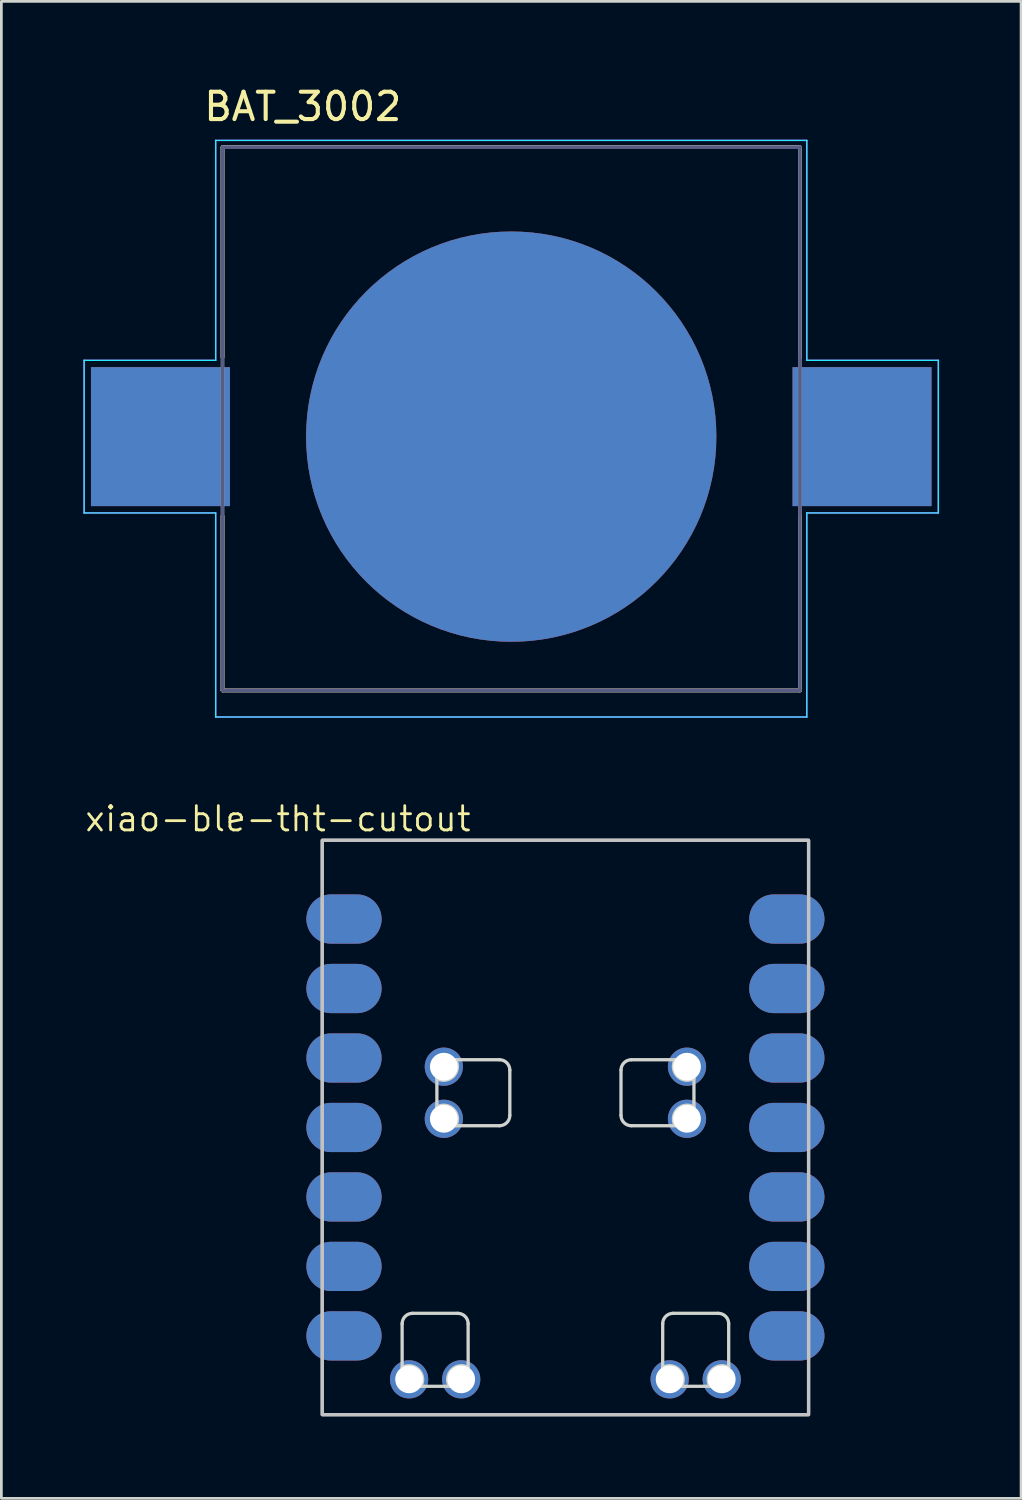
<source format=kicad_pcb>
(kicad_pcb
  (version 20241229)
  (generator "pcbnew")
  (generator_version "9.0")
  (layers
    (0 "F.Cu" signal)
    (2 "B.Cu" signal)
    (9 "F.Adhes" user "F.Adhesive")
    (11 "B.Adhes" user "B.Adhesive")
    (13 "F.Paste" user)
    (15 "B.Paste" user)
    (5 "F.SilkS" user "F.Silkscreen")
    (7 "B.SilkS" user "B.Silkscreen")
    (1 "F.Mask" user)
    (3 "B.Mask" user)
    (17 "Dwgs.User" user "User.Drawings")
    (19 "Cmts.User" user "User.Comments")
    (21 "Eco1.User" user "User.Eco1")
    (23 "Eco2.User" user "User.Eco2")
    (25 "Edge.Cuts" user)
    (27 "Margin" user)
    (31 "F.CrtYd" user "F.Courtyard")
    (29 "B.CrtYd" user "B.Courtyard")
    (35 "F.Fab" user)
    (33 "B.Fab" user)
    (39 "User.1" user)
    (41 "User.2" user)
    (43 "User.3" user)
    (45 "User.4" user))
  (footprint "xiao-ble-tht-cutout"
    (layer "F.Cu")
    (at 26.511 38.169)
    (property "Reference" "xiao-ble-tht-cutout" (at -19.399 -11.283 0) (layer "F.SilkS") (effects (font (size 0.889 0.889) (thickness 0.102))))
    (attr smd exclude_from_pos_files)
    (fp_rect (start -17.78 10.5) (end 0 -10.5) (stroke (width 0.12) (type solid)) (fill no) (layer "Dwgs.User"))
    (fp_rect (start 0 10.5) (end -17.78 -10.5) (stroke (width 0.12) (type solid)) (fill no) (layer "Dwgs.User"))
    (fp_line (start -14.86 7.176) (end -14.859 8.776) (stroke (width 0.12) (type solid)) (layer "Edge.Cuts"))
    (fp_line (start -14.173 9.462) (end -13.132 9.462) (stroke (width 0.12) (type solid)) (layer "Edge.Cuts"))
    (fp_line (start -13.589 -0.749) (end -13.589 -1.79) (stroke (width 0.12) (type solid)) (layer "Edge.Cuts"))
    (fp_line (start -12.903 -2.476) (end -11.303 -2.476) (stroke (width 0.12) (type solid)) (layer "Edge.Cuts"))
    (fp_line (start -12.828 6.795) (end -14.479 6.795) (stroke (width 0.12) (type solid)) (layer "Edge.Cuts"))
    (fp_line (start -12.446 8.776) (end -12.447 7.176) (stroke (width 0.12) (type solid)) (layer "Edge.Cuts"))
    (fp_line (start -11.303 -0.063) (end -12.903 -0.063) (stroke (width 0.12) (type solid)) (layer "Edge.Cuts"))
    (fp_line (start -10.922 -2.095) (end -10.922 -0.444) (stroke (width 0.12) (type solid)) (layer "Edge.Cuts"))
    (fp_line (start -6.858 -2.095) (end -6.858 -0.444) (stroke (width 0.12) (type solid)) (layer "Edge.Cuts"))
    (fp_line (start -6.477 -0.063) (end -4.877 -0.063) (stroke (width 0.12) (type solid)) (layer "Edge.Cuts"))
    (fp_line (start -5.334 8.776) (end -5.333 7.176) (stroke (width 0.12) (type solid)) (layer "Edge.Cuts"))
    (fp_line (start -4.952 6.795) (end -3.301 6.795) (stroke (width 0.12) (type solid)) (layer "Edge.Cuts"))
    (fp_line (start -4.877 -2.476) (end -6.477 -2.476) (stroke (width 0.12) (type solid)) (layer "Edge.Cuts"))
    (fp_line (start -4.191 -0.749) (end -4.191 -1.79) (stroke (width 0.12) (type solid)) (layer "Edge.Cuts"))
    (fp_line (start -3.607 9.462) (end -4.648 9.462) (stroke (width 0.12) (type solid)) (layer "Edge.Cuts"))
    (fp_line (start -2.921 7.176) (end -2.921 8.776) (stroke (width 0.12) (type solid)) (layer "Edge.Cuts"))
    (fp_arc (start -14.8595 7.176) (mid -14.747908 6.906592) (end -14.4785 6.795) (stroke (width 0.12) (type solid)) (layer "Edge.Cuts"))
    (fp_arc (start -14.859 8.7762) (mid -14.255393 8.858393) (end -14.1732 9.462) (stroke (width 0.12) (type solid)) (layer "Edge.Cuts"))
    (fp_arc (start -13.589 -0.7488) (mid -12.985391 -0.666609) (end -12.9032 -0.063) (stroke (width 0.12) (type solid)) (layer "Edge.Cuts"))
    (fp_arc (start -13.1318 9.462) (mid -13.049607 8.858393) (end -12.446 8.7762) (stroke (width 0.12) (type solid)) (layer "Edge.Cuts"))
    (fp_arc (start -12.9032 -2.476) (mid -12.985391 -1.872391) (end -13.589 -1.7902) (stroke (width 0.12) (type solid)) (layer "Edge.Cuts"))
    (fp_arc (start -12.8275 6.795) (mid -12.558092 6.906592) (end -12.4465 7.176) (stroke (width 0.12) (type solid)) (layer "Edge.Cuts"))
    (fp_arc (start -11.303 -2.476) (mid -11.033592 -2.364408) (end -10.922 -2.095) (stroke (width 0.12) (type solid)) (layer "Edge.Cuts"))
    (fp_arc (start -10.922 -0.444) (mid -11.033592 -0.174592) (end -11.303 -0.063) (stroke (width 0.12) (type solid)) (layer "Edge.Cuts"))
    (fp_arc (start -6.858 -2.095) (mid -6.746408 -2.364408) (end -6.477 -2.476) (stroke (width 0.12) (type solid)) (layer "Edge.Cuts"))
    (fp_arc (start -6.477 -0.063) (mid -6.746408 -0.174592) (end -6.858 -0.444) (stroke (width 0.12) (type solid)) (layer "Edge.Cuts"))
    (fp_arc (start -5.334 8.7762) (mid -4.730393 8.858393) (end -4.6482 9.462) (stroke (width 0.12) (type solid)) (layer "Edge.Cuts"))
    (fp_arc (start -5.3335 7.176) (mid -5.221908 6.906592) (end -4.9525 6.795) (stroke (width 0.12) (type solid)) (layer "Edge.Cuts"))
    (fp_arc (start -4.8768 -0.063) (mid -4.794609 -0.666609) (end -4.191 -0.7488) (stroke (width 0.12) (type solid)) (layer "Edge.Cuts"))
    (fp_arc (start -4.191 -1.7902) (mid -4.794609 -1.872391) (end -4.8768 -2.476) (stroke (width 0.12) (type solid)) (layer "Edge.Cuts"))
    (fp_arc (start -3.6068 9.462) (mid -3.524607 8.858393) (end -2.921 8.7762) (stroke (width 0.12) (type solid)) (layer "Edge.Cuts"))
    (fp_arc (start -3.3015 6.795) (mid -3.032092 6.906592) (end -2.9205 7.176) (stroke (width 0.12) (type solid)) (layer "Edge.Cuts"))
    (pad "1" smd oval (at -17.46 -7.62 180) (size 2.75 1.8) (drill (offset -0.475 0)) (layers "F.Cu" "F.Mask" "F.Paste"))
    (pad "1" smd oval (at -0.32 -7.62 180) (size 2.75 1.8) (drill (offset 0.475 0)) (layers "B.Cu" "B.Mask" "B.Paste"))
    (pad "2" smd oval (at -17.46 -5.08 180) (size 2.75 1.8) (drill (offset -0.475 0)) (layers "F.Cu" "F.Mask" "F.Paste"))
    (pad "2" smd oval (at -0.32 -5.08 180) (size 2.75 1.8) (drill (offset 0.475 0)) (layers "B.Cu" "B.Mask" "B.Paste"))
    (pad "3" smd oval (at -17.46 -2.54 180) (size 2.75 1.8) (drill (offset -0.475 0)) (layers "F.Cu" "F.Mask" "F.Paste"))
    (pad "3" smd oval (at -0.32 -2.54 180) (size 2.75 1.8) (drill (offset 0.475 0)) (layers "B.Cu" "B.Mask" "B.Paste"))
    (pad "4" smd oval (at -17.46 0 180) (size 2.75 1.8) (drill (offset -0.475 0)) (layers "F.Cu" "F.Mask" "F.Paste"))
    (pad "4" smd oval (at -0.32 0 180) (size 2.75 1.8) (drill (offset 0.475 0)) (layers "B.Cu" "B.Mask" "B.Paste"))
    (pad "5" smd oval (at -17.46 2.54 180) (size 2.75 1.8) (drill (offset -0.475 0)) (layers "F.Cu" "F.Mask" "F.Paste"))
    (pad "5" smd oval (at -0.32 2.54 180) (size 2.75 1.8) (drill (offset 0.475 0)) (layers "B.Cu" "B.Mask" "B.Paste"))
    (pad "6" smd oval (at -17.46 5.08 180) (size 2.75 1.8) (drill (offset -0.475 0)) (layers "F.Cu" "F.Mask" "F.Paste"))
    (pad "6" smd oval (at -0.32 5.08 180) (size 2.75 1.8) (drill (offset 0.475 0)) (layers "B.Cu" "B.Mask" "B.Paste"))
    (pad "7" smd oval (at -17.46 7.62 180) (size 2.75 1.8) (drill (offset -0.475 0)) (layers "F.Cu" "F.Mask" "F.Paste"))
    (pad "7" smd oval (at -0.32 7.62 180) (size 2.75 1.8) (drill (offset 0.475 0)) (layers "B.Cu" "B.Mask" "B.Paste"))
    (pad "8" smd oval (at -17.46 7.62) (size 2.75 1.8) (drill (offset 0.475 0)) (layers "B.Cu" "B.Mask" "B.Paste"))
    (pad "8" smd oval (at -0.32 7.62) (size 2.75 1.8) (drill (offset -0.475 0)) (layers "F.Cu" "F.Mask" "F.Paste"))
    (pad "9" smd oval (at -17.46 5.08) (size 2.75 1.8) (drill (offset 0.475 0)) (layers "B.Cu" "B.Mask" "B.Paste"))
    (pad "9" smd oval (at -0.32 5.08) (size 2.75 1.8) (drill (offset -0.475 0)) (layers "F.Cu" "F.Mask" "F.Paste"))
    (pad "10" smd oval (at -17.46 2.54) (size 2.75 1.8) (drill (offset 0.475 0)) (layers "B.Cu" "B.Mask" "B.Paste"))
    (pad "10" smd oval (at -0.32 2.54) (size 2.75 1.8) (drill (offset -0.475 0)) (layers "F.Cu" "F.Mask" "F.Paste"))
    (pad "11" smd oval (at -17.46 0) (size 2.75 1.8) (drill (offset 0.475 0)) (layers "B.Cu" "B.Mask" "B.Paste"))
    (pad "11" smd oval (at -0.32 0) (size 2.75 1.8) (drill (offset -0.475 0)) (layers "F.Cu" "F.Mask" "F.Paste"))
    (pad "12" smd oval (at -17.46 -2.54) (size 2.75 1.8) (drill (offset 0.475 0)) (layers "B.Cu" "B.Mask" "B.Paste"))
    (pad "12" smd oval (at -0.32 -2.54) (size 2.75 1.8) (drill (offset -0.475 0)) (layers "F.Cu" "F.Mask" "F.Paste"))
    (pad "13" smd oval (at -17.46 -5.08) (size 2.75 1.8) (drill (offset 0.475 0)) (layers "B.Cu" "B.Mask" "B.Paste"))
    (pad "13" smd oval (at -0.32 -5.08) (size 2.75 1.8) (drill (offset -0.475 0)) (layers "F.Cu" "F.Mask" "F.Paste"))
    (pad "14" smd oval (at -17.46 -7.62) (size 2.75 1.8) (drill (offset 0.475 0)) (layers "B.Cu" "B.Mask" "B.Paste"))
    (pad "14" smd oval (at -0.32 -7.62) (size 2.75 1.8) (drill (offset -0.475 0)) (layers "F.Cu" "F.Mask" "F.Paste"))
    (pad "19" thru_hole circle (at -13.335 -0.317 180) (size 1.397 1.397) (drill 1.016) (layers "*.Cu" "*.Mask"))
    (pad "19" thru_hole circle (at -4.445 -0.317 180) (size 1.397 1.397) (drill 1.016) (layers "*.Cu" "*.Mask"))
    (pad "20" thru_hole circle (at -13.335 -2.222 180) (size 1.397 1.397) (drill 1.016) (layers "*.Cu" "*.Mask"))
    (pad "20" thru_hole circle (at -4.445 -2.222 180) (size 1.397 1.397) (drill 1.016) (layers "*.Cu" "*.Mask"))
    (pad "21" thru_hole circle (at -12.7 9.208 180) (size 1.397 1.397) (drill 1.016) (layers "*.Cu" "*.Mask"))
    (pad "21" thru_hole circle (at -5.08 9.208 180) (size 1.397 1.397) (drill 1.016) (layers "*.Cu" "*.Mask"))
    (pad "22" thru_hole circle (at -14.605 9.208 180) (size 1.397 1.397) (drill 1.016) (layers "*.Cu" "*.Mask"))
    (pad "22" thru_hole circle (at -3.175 9.208 180) (size 1.397 1.397) (drill 1.016) (layers "*.Cu" "*.Mask")))
  (footprint "BAT_3002"
    (layer "F.Cu")
    (at 15.64 12.913)
    (property "Reference" "BAT_3002" (at -7.62 -12.065 0) (layer "F.SilkS") (effects (font (size 1 1) (thickness 0.15))))
    (attr smd)
    (fp_line (start -10.555 -10.58) (end 10.555 -10.58) (stroke (width 0.127) (type solid)) (layer "F.SilkS"))
    (fp_line (start -10.555 -2.9) (end -10.555 -10.58) (stroke (width 0.127) (type solid)) (layer "F.SilkS"))
    (fp_line (start -10.555 9.28) (end -10.555 2.9) (stroke (width 0.127) (type solid)) (layer "F.SilkS"))
    (fp_line (start 10.555 -10.58) (end 10.555 -2.9) (stroke (width 0.127) (type solid)) (layer "F.SilkS"))
    (fp_line (start 10.555 9.28) (end -10.555 9.28) (stroke (width 0.127) (type solid)) (layer "F.SilkS"))
    (fp_line (start 10.555 9.28) (end 10.555 2.9) (stroke (width 0.127) (type solid)) (layer "F.SilkS"))
    (fp_line (start -10.555 -10.58) (end 10.555 -10.58) (stroke (width 0.127) (type solid)) (layer "B.SilkS"))
    (fp_line (start -10.555 -2.9) (end -10.555 -10.58) (stroke (width 0.127) (type solid)) (layer "B.SilkS"))
    (fp_line (start -10.555 9.28) (end -10.555 2.9) (stroke (width 0.127) (type solid)) (layer "B.SilkS"))
    (fp_line (start 10.555 -10.58) (end 10.555 -2.9) (stroke (width 0.127) (type solid)) (layer "B.SilkS"))
    (fp_line (start 10.555 9.28) (end -10.555 9.28) (stroke (width 0.127) (type solid)) (layer "B.SilkS"))
    (fp_line (start 10.555 9.28) (end 10.555 2.9) (stroke (width 0.127) (type solid)) (layer "B.SilkS"))
    (fp_line (start -15.615 -2.79) (end -15.615 2.79) (stroke (width 0.05) (type solid)) (layer "B.CrtYd"))
    (fp_line (start -15.615 2.79) (end -10.805 2.79) (stroke (width 0.05) (type solid)) (layer "B.CrtYd"))
    (fp_line (start -10.805 -10.83) (end -10.805 -2.79) (stroke (width 0.05) (type solid)) (layer "B.CrtYd"))
    (fp_line (start -10.805 -2.79) (end -15.615 -2.79) (stroke (width 0.05) (type solid)) (layer "B.CrtYd"))
    (fp_line (start -10.805 2.79) (end -10.805 10.25) (stroke (width 0.05) (type solid)) (layer "B.CrtYd"))
    (fp_line (start -10.805 10.25) (end 10.805 10.25) (stroke (width 0.05) (type solid)) (layer "B.CrtYd"))
    (fp_line (start 10.805 -10.83) (end -10.805 -10.83) (stroke (width 0.05) (type solid)) (layer "B.CrtYd"))
    (fp_line (start 10.805 -2.79) (end 10.805 -10.83) (stroke (width 0.05) (type solid)) (layer "B.CrtYd"))
    (fp_line (start 10.805 -2.79) (end 15.615 -2.79) (stroke (width 0.05) (type solid)) (layer "B.CrtYd"))
    (fp_line (start 10.805 10.25) (end 10.805 2.79) (stroke (width 0.05) (type solid)) (layer "B.CrtYd"))
    (fp_line (start 15.615 -2.79) (end 15.615 2.79) (stroke (width 0.05) (type solid)) (layer "B.CrtYd"))
    (fp_line (start 15.615 2.79) (end 10.805 2.79) (stroke (width 0.05) (type solid)) (layer "B.CrtYd"))
    (fp_line (start -15.615 -2.79) (end -15.615 2.79) (stroke (width 0.05) (type solid)) (layer "F.CrtYd"))
    (fp_line (start -15.615 2.79) (end -10.805 2.79) (stroke (width 0.05) (type solid)) (layer "F.CrtYd"))
    (fp_line (start -10.805 -10.83) (end -10.805 -2.79) (stroke (width 0.05) (type solid)) (layer "F.CrtYd"))
    (fp_line (start -10.805 -2.79) (end -15.615 -2.79) (stroke (width 0.05) (type solid)) (layer "F.CrtYd"))
    (fp_line (start -10.805 2.79) (end -10.805 10.25) (stroke (width 0.05) (type solid)) (layer "F.CrtYd"))
    (fp_line (start -10.805 10.25) (end 10.805 10.25) (stroke (width 0.05) (type solid)) (layer "F.CrtYd"))
    (fp_line (start 10.805 -10.83) (end -10.805 -10.83) (stroke (width 0.05) (type solid)) (layer "F.CrtYd"))
    (fp_line (start 10.805 -2.79) (end 10.805 -10.83) (stroke (width 0.05) (type solid)) (layer "F.CrtYd"))
    (fp_line (start 10.805 -2.79) (end 15.615 -2.79) (stroke (width 0.05) (type solid)) (layer "F.CrtYd"))
    (fp_line (start 10.805 10.25) (end 10.805 2.79) (stroke (width 0.05) (type solid)) (layer "F.CrtYd"))
    (fp_line (start 15.615 -2.79) (end 15.615 2.79) (stroke (width 0.05) (type solid)) (layer "F.CrtYd"))
    (fp_line (start 15.615 2.79) (end 10.805 2.79) (stroke (width 0.05) (type solid)) (layer "F.CrtYd"))
    (fp_line (start -10.555 -10.58) (end 10.555 -10.58) (stroke (width 0.127) (type solid)) (layer "B.Fab"))
    (fp_line (start -10.555 9.28) (end -10.555 -10.58) (stroke (width 0.127) (type solid)) (layer "B.Fab"))
    (fp_line (start 10.555 -10.58) (end 10.555 9.28) (stroke (width 0.127) (type solid)) (layer "B.Fab"))
    (fp_line (start 10.555 9.28) (end -10.555 9.28) (stroke (width 0.127) (type solid)) (layer "B.Fab"))
    (fp_line (start -10.555 -10.58) (end 10.555 -10.58) (stroke (width 0.127) (type solid)) (layer "F.Fab"))
    (fp_line (start -10.555 9.28) (end -10.555 -10.58) (stroke (width 0.127) (type solid)) (layer "F.Fab"))
    (fp_line (start 10.555 -10.58) (end 10.555 9.28) (stroke (width 0.127) (type solid)) (layer "F.Fab"))
    (fp_line (start 10.555 9.28) (end -10.555 9.28) (stroke (width 0.127) (type solid)) (layer "F.Fab"))
    (pad "N" smd circle (at 0 0) (size 15 15) (layers "F.Cu" "F.Mask"))
    (pad "N" smd circle (at 0 0) (size 15 15) (layers "B.Cu" "B.Mask"))
    (pad "P1" smd rect (at -12.825 0) (size 5.08 5.08) (layers "F.Cu" "F.Mask" "F.Paste"))
    (pad "P1" smd rect (at -12.825 0) (size 5.08 5.08) (layers "B.Cu" "B.Mask" "B.Paste"))
    (pad "P2" smd rect (at 12.825 0) (size 5.08 5.08) (layers "F.Cu" "F.Mask" "F.Paste"))
    (pad "P2" smd rect (at 12.825 0) (size 5.08 5.08) (layers "B.Cu" "B.Mask" "B.Paste")))
  (gr_rect
    (start -3 -3)
    (end 34.28 51.729)
    (stroke (width 0.1) (type default))
    (fill no)
    (layer "Edge.Cuts")))
</source>
